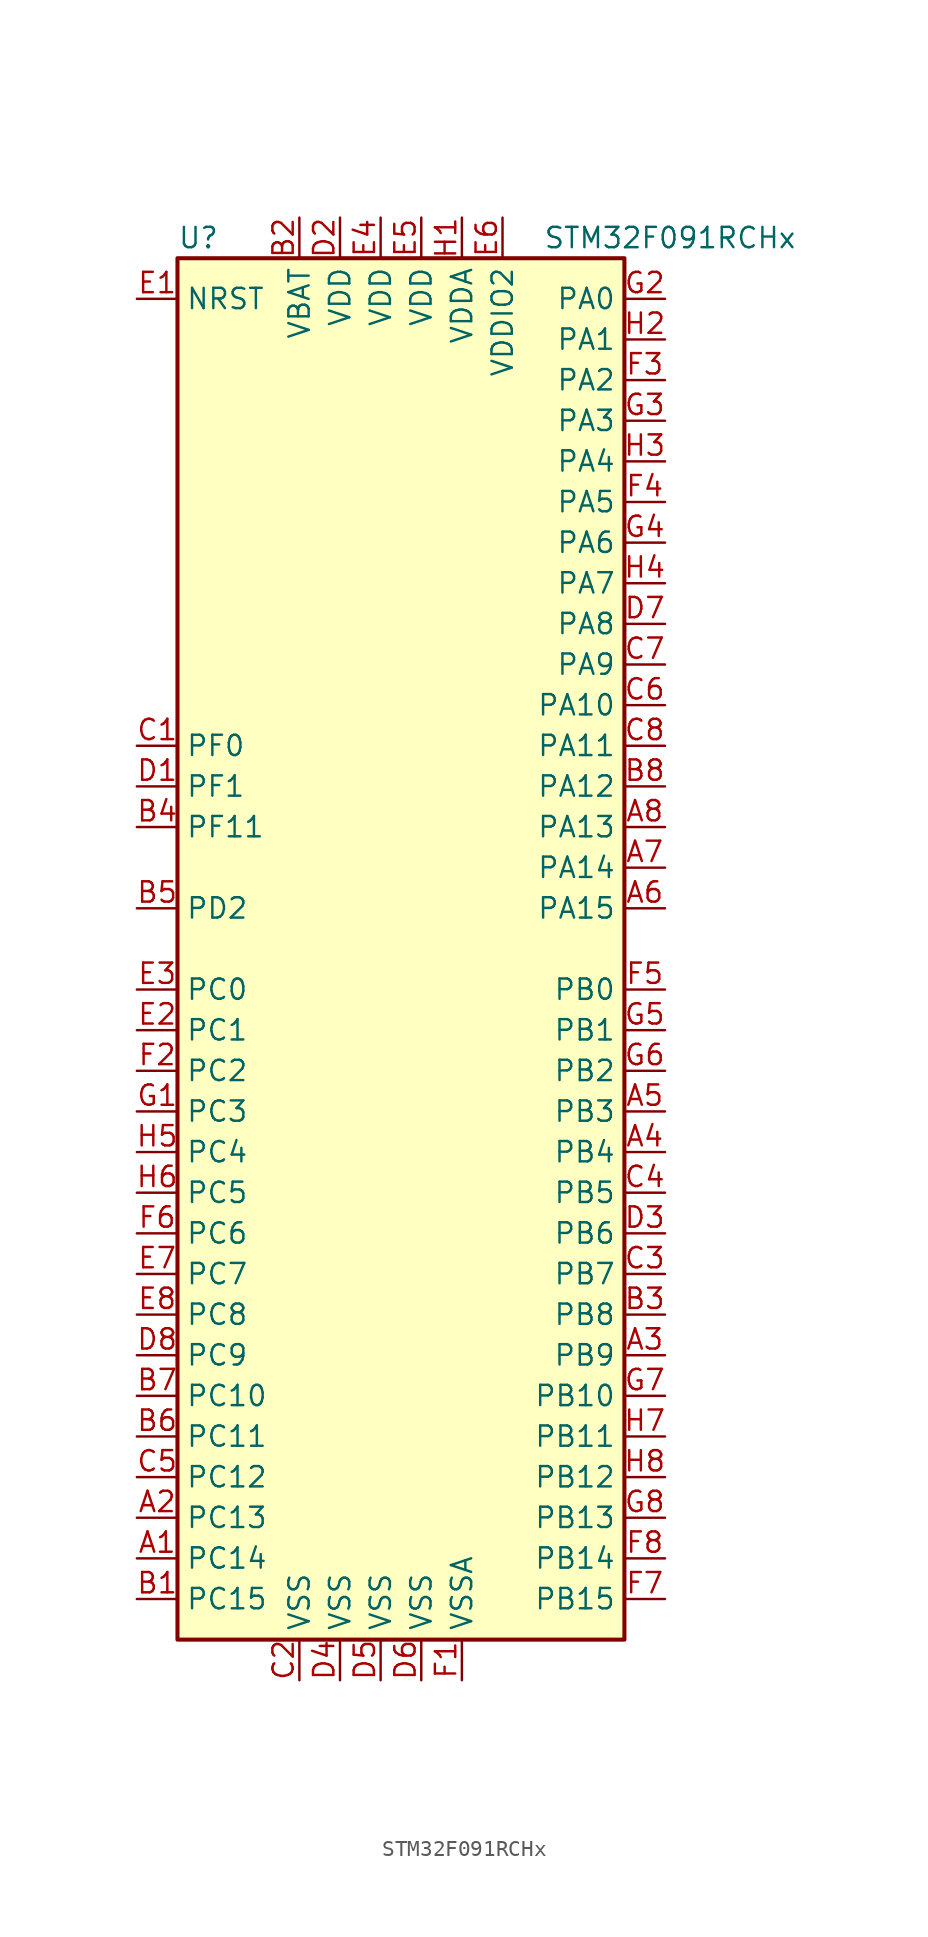
<source format=kicad_sym>
(kicad_symbol_lib
  (version 20201005)
  (generator kicad_symbol_editor)
  (symbol "STM32F091RCHx"
    (property "Reference" "U"
      (at -15.24 44.45 0)
      (effects (font (size 1.27 1.27)) (justify left)))
    (property "Value" "STM32F091RCHx"
      (at 7.62 44.45 0)
      (effects (font (size 1.27 1.27)) (justify left)))
    (symbol "STM32F091RCHx_0_1"
      (rectangle (start -15.24 -43.18) (end 12.7 43.18) (stroke (width 0.254)) (fill (type background))))
    (symbol "STM32F091RCHx_1_1"
      (pin bidirectional line (at -17.78 -38.1 0) (length 2.54) (name "PC14" (effects (font (size 1.27 1.27)))) (number "A1" (effects (font (size 1.27 1.27)))))
      (pin bidirectional line (at -17.78 -35.56 0) (length 2.54) (name "PC13" (effects (font (size 1.27 1.27)))) (number "A2" (effects (font (size 1.27 1.27)))))
      (pin bidirectional line (at 15.24 -25.4 180) (length 2.54) (name "PB9" (effects (font (size 1.27 1.27)))) (number "A3" (effects (font (size 1.27 1.27)))))
      (pin bidirectional line (at 15.24 -12.7 180) (length 2.54) (name "PB4" (effects (font (size 1.27 1.27)))) (number "A4" (effects (font (size 1.27 1.27)))))
      (pin bidirectional line (at 15.24 -10.16 180) (length 2.54) (name "PB3" (effects (font (size 1.27 1.27)))) (number "A5" (effects (font (size 1.27 1.27)))))
      (pin bidirectional line (at 15.24 2.54 180) (length 2.54) (name "PA15" (effects (font (size 1.27 1.27)))) (number "A6" (effects (font (size 1.27 1.27)))))
      (pin bidirectional line (at 15.24 5.08 180) (length 2.54) (name "PA14" (effects (font (size 1.27 1.27)))) (number "A7" (effects (font (size 1.27 1.27)))))
      (pin bidirectional line (at 15.24 7.62 180) (length 2.54) (name "PA13" (effects (font (size 1.27 1.27)))) (number "A8" (effects (font (size 1.27 1.27)))))
      (pin bidirectional line (at -17.78 -40.64 0) (length 2.54) (name "PC15" (effects (font (size 1.27 1.27)))) (number "B1" (effects (font (size 1.27 1.27)))))
      (pin power_in line (at -7.62 45.72 270) (length 2.54) (name "VBAT" (effects (font (size 1.27 1.27)))) (number "B2" (effects (font (size 1.27 1.27)))))
      (pin bidirectional line (at 15.24 -22.86 180) (length 2.54) (name "PB8" (effects (font (size 1.27 1.27)))) (number "B3" (effects (font (size 1.27 1.27)))))
      (pin bidirectional line (at -17.78 7.62 0) (length 2.54) (name "PF11" (effects (font (size 1.27 1.27)))) (number "B4" (effects (font (size 1.27 1.27)))))
      (pin bidirectional line (at -17.78 2.54 0) (length 2.54) (name "PD2" (effects (font (size 1.27 1.27)))) (number "B5" (effects (font (size 1.27 1.27)))))
      (pin bidirectional line (at -17.78 -30.48 0) (length 2.54) (name "PC11" (effects (font (size 1.27 1.27)))) (number "B6" (effects (font (size 1.27 1.27)))))
      (pin bidirectional line (at -17.78 -27.94 0) (length 2.54) (name "PC10" (effects (font (size 1.27 1.27)))) (number "B7" (effects (font (size 1.27 1.27)))))
      (pin bidirectional line (at 15.24 10.16 180) (length 2.54) (name "PA12" (effects (font (size 1.27 1.27)))) (number "B8" (effects (font (size 1.27 1.27)))))
      (pin input line (at -17.78 12.7 0) (length 2.54) (name "PF0" (effects (font (size 1.27 1.27)))) (number "C1" (effects (font (size 1.27 1.27)))))
      (pin power_in line (at -7.62 -45.72 90) (length 2.54) (name "VSS" (effects (font (size 1.27 1.27)))) (number "C2" (effects (font (size 1.27 1.27)))))
      (pin bidirectional line (at 15.24 -20.32 180) (length 2.54) (name "PB7" (effects (font (size 1.27 1.27)))) (number "C3" (effects (font (size 1.27 1.27)))))
      (pin bidirectional line (at 15.24 -15.24 180) (length 2.54) (name "PB5" (effects (font (size 1.27 1.27)))) (number "C4" (effects (font (size 1.27 1.27)))))
      (pin bidirectional line (at -17.78 -33.02 0) (length 2.54) (name "PC12" (effects (font (size 1.27 1.27)))) (number "C5" (effects (font (size 1.27 1.27)))))
      (pin bidirectional line (at 15.24 15.24 180) (length 2.54) (name "PA10" (effects (font (size 1.27 1.27)))) (number "C6" (effects (font (size 1.27 1.27)))))
      (pin bidirectional line (at 15.24 17.78 180) (length 2.54) (name "PA9" (effects (font (size 1.27 1.27)))) (number "C7" (effects (font (size 1.27 1.27)))))
      (pin bidirectional line (at 15.24 12.7 180) (length 2.54) (name "PA11" (effects (font (size 1.27 1.27)))) (number "C8" (effects (font (size 1.27 1.27)))))
      (pin input line (at -17.78 10.16 0) (length 2.54) (name "PF1" (effects (font (size 1.27 1.27)))) (number "D1" (effects (font (size 1.27 1.27)))))
      (pin power_in line (at -5.08 45.72 270) (length 2.54) (name "VDD" (effects (font (size 1.27 1.27)))) (number "D2" (effects (font (size 1.27 1.27)))))
      (pin bidirectional line (at 15.24 -17.78 180) (length 2.54) (name "PB6" (effects (font (size 1.27 1.27)))) (number "D3" (effects (font (size 1.27 1.27)))))
      (pin power_in line (at -5.08 -45.72 90) (length 2.54) (name "VSS" (effects (font (size 1.27 1.27)))) (number "D4" (effects (font (size 1.27 1.27)))))
      (pin power_in line (at -2.54 -45.72 90) (length 2.54) (name "VSS" (effects (font (size 1.27 1.27)))) (number "D5" (effects (font (size 1.27 1.27)))))
      (pin power_in line (at 0 -45.72 90) (length 2.54) (name "VSS" (effects (font (size 1.27 1.27)))) (number "D6" (effects (font (size 1.27 1.27)))))
      (pin bidirectional line (at 15.24 20.32 180) (length 2.54) (name "PA8" (effects (font (size 1.27 1.27)))) (number "D7" (effects (font (size 1.27 1.27)))))
      (pin bidirectional line (at -17.78 -25.4 0) (length 2.54) (name "PC9" (effects (font (size 1.27 1.27)))) (number "D8" (effects (font (size 1.27 1.27)))))
      (pin input line (at -17.78 40.64 0) (length 2.54) (name "NRST" (effects (font (size 1.27 1.27)))) (number "E1" (effects (font (size 1.27 1.27)))))
      (pin bidirectional line (at -17.78 -5.08 0) (length 2.54) (name "PC1" (effects (font (size 1.27 1.27)))) (number "E2" (effects (font (size 1.27 1.27)))))
      (pin bidirectional line (at -17.78 -2.54 0) (length 2.54) (name "PC0" (effects (font (size 1.27 1.27)))) (number "E3" (effects (font (size 1.27 1.27)))))
      (pin power_in line (at -2.54 45.72 270) (length 2.54) (name "VDD" (effects (font (size 1.27 1.27)))) (number "E4" (effects (font (size 1.27 1.27)))))
      (pin power_in line (at 0 45.72 270) (length 2.54) (name "VDD" (effects (font (size 1.27 1.27)))) (number "E5" (effects (font (size 1.27 1.27)))))
      (pin power_in line (at 5.08 45.72 270) (length 2.54) (name "VDDIO2" (effects (font (size 1.27 1.27)))) (number "E6" (effects (font (size 1.27 1.27)))))
      (pin bidirectional line (at -17.78 -20.32 0) (length 2.54) (name "PC7" (effects (font (size 1.27 1.27)))) (number "E7" (effects (font (size 1.27 1.27)))))
      (pin bidirectional line (at -17.78 -22.86 0) (length 2.54) (name "PC8" (effects (font (size 1.27 1.27)))) (number "E8" (effects (font (size 1.27 1.27)))))
      (pin power_in line (at 2.54 -45.72 90) (length 2.54) (name "VSSA" (effects (font (size 1.27 1.27)))) (number "F1" (effects (font (size 1.27 1.27)))))
      (pin bidirectional line (at -17.78 -7.62 0) (length 2.54) (name "PC2" (effects (font (size 1.27 1.27)))) (number "F2" (effects (font (size 1.27 1.27)))))
      (pin bidirectional line (at 15.24 35.56 180) (length 2.54) (name "PA2" (effects (font (size 1.27 1.27)))) (number "F3" (effects (font (size 1.27 1.27)))))
      (pin bidirectional line (at 15.24 27.94 180) (length 2.54) (name "PA5" (effects (font (size 1.27 1.27)))) (number "F4" (effects (font (size 1.27 1.27)))))
      (pin bidirectional line (at 15.24 -2.54 180) (length 2.54) (name "PB0" (effects (font (size 1.27 1.27)))) (number "F5" (effects (font (size 1.27 1.27)))))
      (pin bidirectional line (at -17.78 -17.78 0) (length 2.54) (name "PC6" (effects (font (size 1.27 1.27)))) (number "F6" (effects (font (size 1.27 1.27)))))
      (pin bidirectional line (at 15.24 -40.64 180) (length 2.54) (name "PB15" (effects (font (size 1.27 1.27)))) (number "F7" (effects (font (size 1.27 1.27)))))
      (pin bidirectional line (at 15.24 -38.1 180) (length 2.54) (name "PB14" (effects (font (size 1.27 1.27)))) (number "F8" (effects (font (size 1.27 1.27)))))
      (pin bidirectional line (at -17.78 -10.16 0) (length 2.54) (name "PC3" (effects (font (size 1.27 1.27)))) (number "G1" (effects (font (size 1.27 1.27)))))
      (pin bidirectional line (at 15.24 40.64 180) (length 2.54) (name "PA0" (effects (font (size 1.27 1.27)))) (number "G2" (effects (font (size 1.27 1.27)))))
      (pin bidirectional line (at 15.24 33.02 180) (length 2.54) (name "PA3" (effects (font (size 1.27 1.27)))) (number "G3" (effects (font (size 1.27 1.27)))))
      (pin bidirectional line (at 15.24 25.4 180) (length 2.54) (name "PA6" (effects (font (size 1.27 1.27)))) (number "G4" (effects (font (size 1.27 1.27)))))
      (pin bidirectional line (at 15.24 -5.08 180) (length 2.54) (name "PB1" (effects (font (size 1.27 1.27)))) (number "G5" (effects (font (size 1.27 1.27)))))
      (pin bidirectional line (at 15.24 -7.62 180) (length 2.54) (name "PB2" (effects (font (size 1.27 1.27)))) (number "G6" (effects (font (size 1.27 1.27)))))
      (pin bidirectional line (at 15.24 -27.94 180) (length 2.54) (name "PB10" (effects (font (size 1.27 1.27)))) (number "G7" (effects (font (size 1.27 1.27)))))
      (pin bidirectional line (at 15.24 -35.56 180) (length 2.54) (name "PB13" (effects (font (size 1.27 1.27)))) (number "G8" (effects (font (size 1.27 1.27)))))
      (pin power_in line (at 2.54 45.72 270) (length 2.54) (name "VDDA" (effects (font (size 1.27 1.27)))) (number "H1" (effects (font (size 1.27 1.27)))))
      (pin bidirectional line (at 15.24 38.1 180) (length 2.54) (name "PA1" (effects (font (size 1.27 1.27)))) (number "H2" (effects (font (size 1.27 1.27)))))
      (pin bidirectional line (at 15.24 30.48 180) (length 2.54) (name "PA4" (effects (font (size 1.27 1.27)))) (number "H3" (effects (font (size 1.27 1.27)))))
      (pin bidirectional line (at 15.24 22.86 180) (length 2.54) (name "PA7" (effects (font (size 1.27 1.27)))) (number "H4" (effects (font (size 1.27 1.27)))))
      (pin bidirectional line (at -17.78 -12.7 0) (length 2.54) (name "PC4" (effects (font (size 1.27 1.27)))) (number "H5" (effects (font (size 1.27 1.27)))))
      (pin bidirectional line (at -17.78 -15.24 0) (length 2.54) (name "PC5" (effects (font (size 1.27 1.27)))) (number "H6" (effects (font (size 1.27 1.27)))))
      (pin bidirectional line (at 15.24 -30.48 180) (length 2.54) (name "PB11" (effects (font (size 1.27 1.27)))) (number "H7" (effects (font (size 1.27 1.27)))))
      (pin bidirectional line (at 15.24 -33.02 180) (length 2.54) (name "PB12" (effects (font (size 1.27 1.27)))) (number "H8" (effects (font (size 1.27 1.27))))))))
</source>
